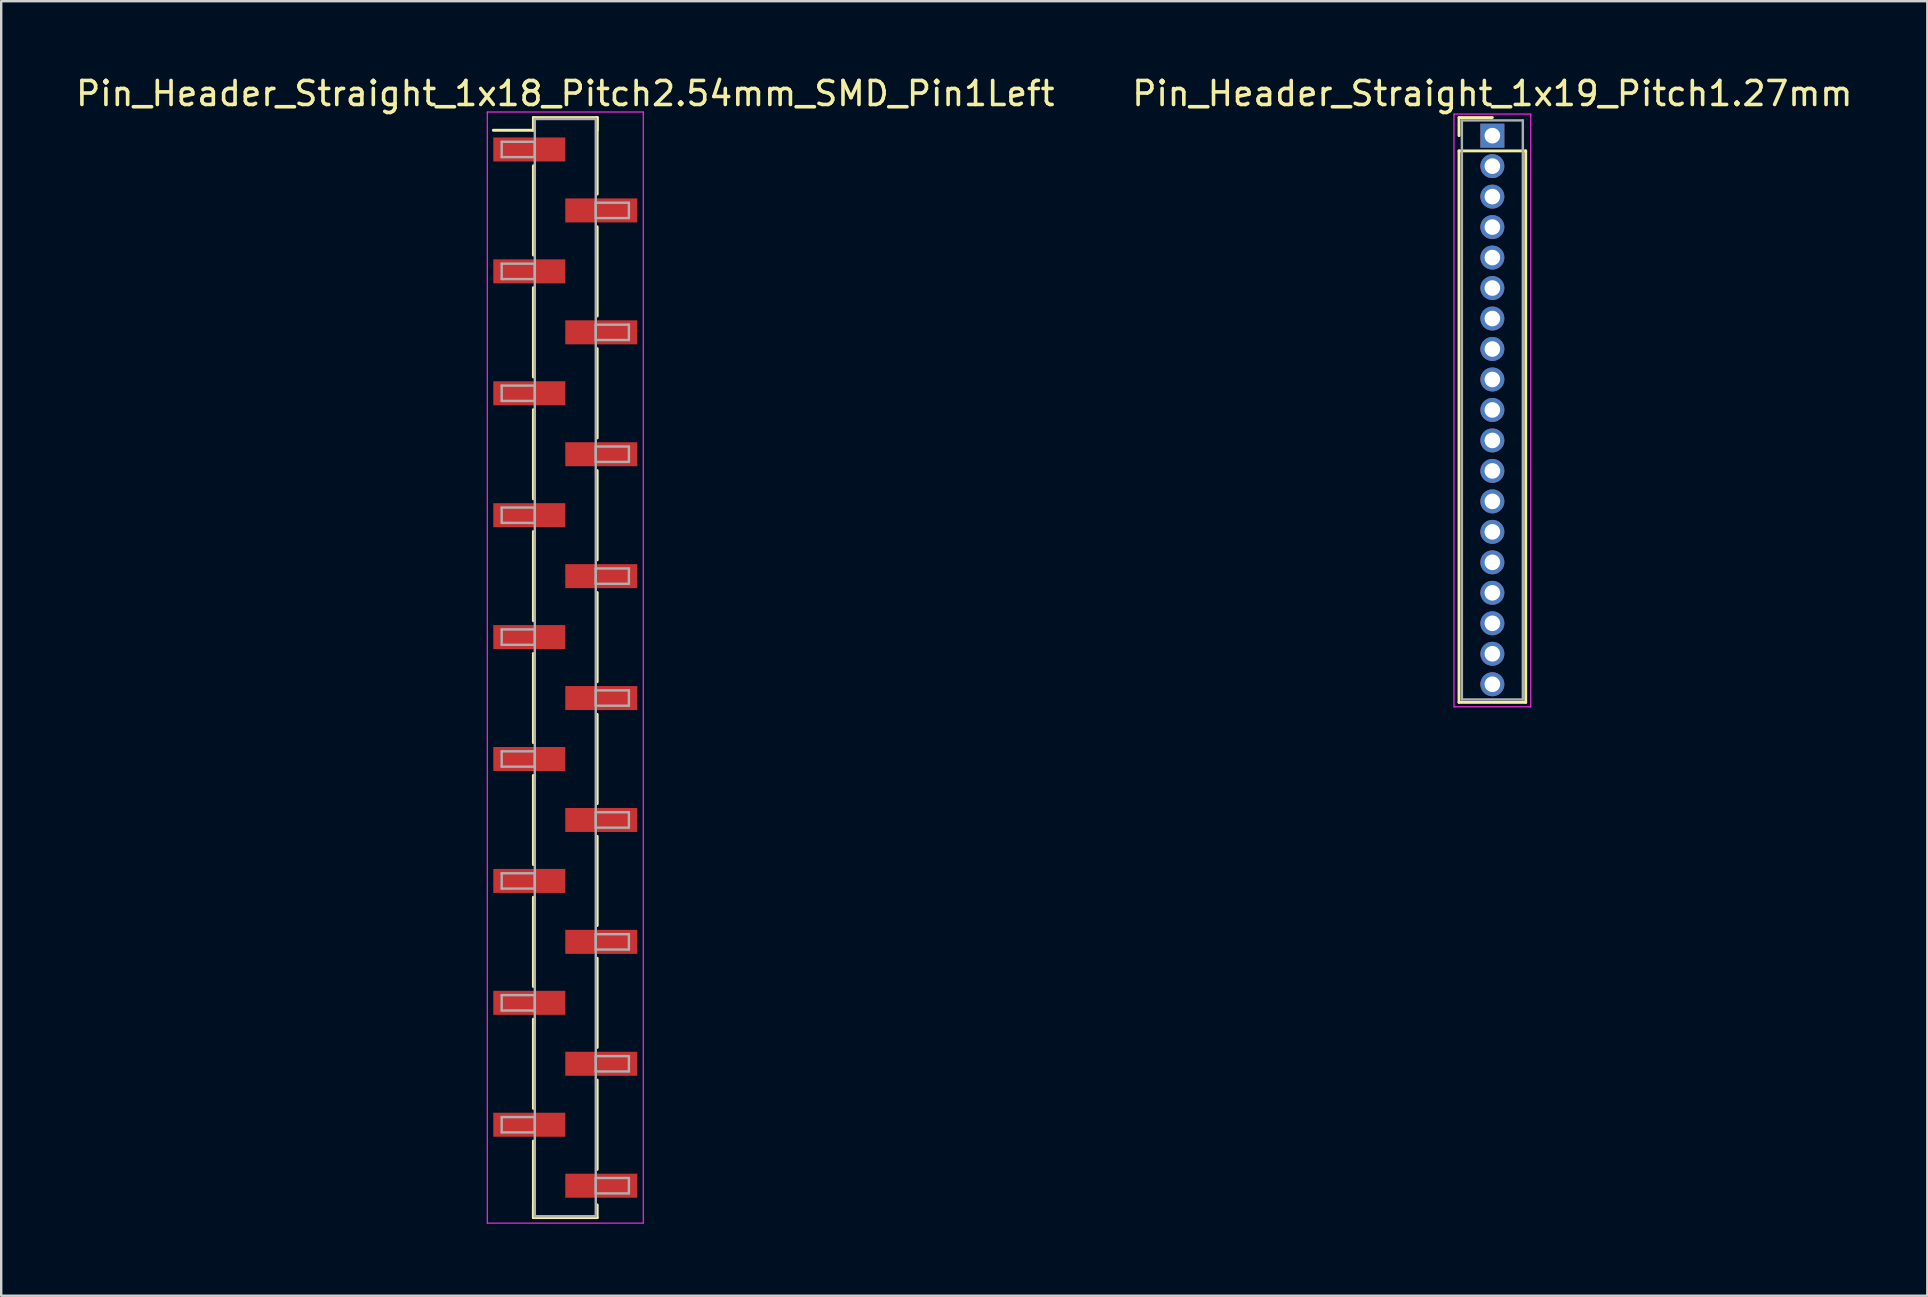
<source format=kicad_pcb>
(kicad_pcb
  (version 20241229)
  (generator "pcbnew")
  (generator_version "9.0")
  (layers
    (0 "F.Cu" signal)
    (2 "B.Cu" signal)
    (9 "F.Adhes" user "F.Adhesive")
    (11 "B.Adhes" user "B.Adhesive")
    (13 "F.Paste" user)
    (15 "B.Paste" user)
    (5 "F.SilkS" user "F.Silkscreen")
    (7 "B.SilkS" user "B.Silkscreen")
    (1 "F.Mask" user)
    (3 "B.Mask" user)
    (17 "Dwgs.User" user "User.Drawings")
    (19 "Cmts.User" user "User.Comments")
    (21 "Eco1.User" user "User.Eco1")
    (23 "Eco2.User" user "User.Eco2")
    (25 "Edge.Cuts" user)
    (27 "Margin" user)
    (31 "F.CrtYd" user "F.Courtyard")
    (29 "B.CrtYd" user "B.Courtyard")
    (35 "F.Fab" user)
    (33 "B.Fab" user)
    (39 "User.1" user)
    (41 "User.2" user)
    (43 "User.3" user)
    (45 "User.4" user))
  (footprint "Pin_Header_Straight_1x19_Pitch1.27mm"
    (layer "F.Cu")
    (at 59.137 2.603)
    (property "Reference" "Pin_Header_Straight_1x19_Pitch1.27mm" (at 0 -1.755 0) (layer "F.SilkS") (effects (font (size 1 1) (thickness 0.15))))
    (attr through_hole)
    (fp_line (start -1.39 -0.755) (end 0 -0.755) (stroke (width 0.12) (type solid)) (layer "F.SilkS"))
    (fp_line (start -1.39 0) (end -1.39 -0.755) (stroke (width 0.12) (type solid)) (layer "F.SilkS"))
    (fp_line (start -1.39 0.635) (end -1.39 23.615) (stroke (width 0.12) (type solid)) (layer "F.SilkS"))
    (fp_line (start -1.39 23.615) (end 1.39 23.615) (stroke (width 0.12) (type solid)) (layer "F.SilkS"))
    (fp_line (start 1.39 0.635) (end -1.39 0.635) (stroke (width 0.12) (type solid)) (layer "F.SilkS"))
    (fp_line (start 1.39 23.615) (end 1.39 0.635) (stroke (width 0.12) (type solid)) (layer "F.SilkS"))
    (fp_line (start -1.6 -0.9) (end -1.6 23.8) (stroke (width 0.05) (type solid)) (layer "F.CrtYd"))
    (fp_line (start -1.6 23.8) (end 1.6 23.8) (stroke (width 0.05) (type solid)) (layer "F.CrtYd"))
    (fp_line (start 1.6 -0.9) (end -1.6 -0.9) (stroke (width 0.05) (type solid)) (layer "F.CrtYd"))
    (fp_line (start 1.6 23.8) (end 1.6 -0.9) (stroke (width 0.05) (type solid)) (layer "F.CrtYd"))
    (fp_line (start -1.27 -0.635) (end -1.27 23.495) (stroke (width 0.1) (type solid)) (layer "F.Fab"))
    (fp_line (start -1.27 23.495) (end 1.27 23.495) (stroke (width 0.1) (type solid)) (layer "F.Fab"))
    (fp_line (start 1.27 -0.635) (end -1.27 -0.635) (stroke (width 0.1) (type solid)) (layer "F.Fab"))
    (fp_line (start 1.27 23.495) (end 1.27 -0.635) (stroke (width 0.1) (type solid)) (layer "F.Fab"))
    (pad "1" thru_hole rect (at 0 0) (size 1 1) (drill 0.65) (layers "*.Cu" "*.Mask"))
    (pad "2" thru_hole oval (at 0 1.27) (size 1 1) (drill 0.65) (layers "*.Cu" "*.Mask"))
    (pad "3" thru_hole oval (at 0 2.54) (size 1 1) (drill 0.65) (layers "*.Cu" "*.Mask"))
    (pad "4" thru_hole oval (at 0 3.81) (size 1 1) (drill 0.65) (layers "*.Cu" "*.Mask"))
    (pad "5" thru_hole oval (at 0 5.08) (size 1 1) (drill 0.65) (layers "*.Cu" "*.Mask"))
    (pad "6" thru_hole oval (at 0 6.35) (size 1 1) (drill 0.65) (layers "*.Cu" "*.Mask"))
    (pad "7" thru_hole oval (at 0 7.62) (size 1 1) (drill 0.65) (layers "*.Cu" "*.Mask"))
    (pad "8" thru_hole oval (at 0 8.89) (size 1 1) (drill 0.65) (layers "*.Cu" "*.Mask"))
    (pad "9" thru_hole oval (at 0 10.16) (size 1 1) (drill 0.65) (layers "*.Cu" "*.Mask"))
    (pad "10" thru_hole oval (at 0 11.43) (size 1 1) (drill 0.65) (layers "*.Cu" "*.Mask"))
    (pad "11" thru_hole oval (at 0 12.7) (size 1 1) (drill 0.65) (layers "*.Cu" "*.Mask"))
    (pad "12" thru_hole oval (at 0 13.97) (size 1 1) (drill 0.65) (layers "*.Cu" "*.Mask"))
    (pad "13" thru_hole oval (at 0 15.24) (size 1 1) (drill 0.65) (layers "*.Cu" "*.Mask"))
    (pad "14" thru_hole oval (at 0 16.51) (size 1 1) (drill 0.65) (layers "*.Cu" "*.Mask"))
    (pad "15" thru_hole oval (at 0 17.78) (size 1 1) (drill 0.65) (layers "*.Cu" "*.Mask"))
    (pad "16" thru_hole oval (at 0 19.05) (size 1 1) (drill 0.65) (layers "*.Cu" "*.Mask"))
    (pad "17" thru_hole oval (at 0 20.32) (size 1 1) (drill 0.65) (layers "*.Cu" "*.Mask"))
    (pad "18" thru_hole oval (at 0 21.59) (size 1 1) (drill 0.65) (layers "*.Cu" "*.Mask"))
    (pad "19" thru_hole oval (at 0 22.86) (size 1 1) (drill 0.65) (layers "*.Cu" "*.Mask")))
  (footprint "Pin_Header_Straight_1x18_Pitch2.54mm_SMD_Pin1Left"
    (layer "F.Cu")
    (at 20.506 24.768)
    (property "Reference" "Pin_Header_Straight_1x18_Pitch2.54mm_SMD_Pin1Left" (at 0 -23.92 0) (layer "F.SilkS") (effects (font (size 1 1) (thickness 0.15))))
    (attr smd)
    (fp_line (start -1.33 -22.92) (end 1.33 -22.92) (stroke (width 0.12) (type solid)) (layer "F.SilkS"))
    (fp_line (start -1.33 -22.39) (end -3 -22.39) (stroke (width 0.12) (type solid)) (layer "F.SilkS"))
    (fp_line (start -1.33 -22.39) (end -1.33 -22.92) (stroke (width 0.12) (type solid)) (layer "F.SilkS"))
    (fp_line (start -1.33 -20.91) (end -1.33 -17.19) (stroke (width 0.12) (type solid)) (layer "F.SilkS"))
    (fp_line (start -1.33 -15.83) (end -1.33 -12.11) (stroke (width 0.12) (type solid)) (layer "F.SilkS"))
    (fp_line (start -1.33 -10.75) (end -1.33 -7.03) (stroke (width 0.12) (type solid)) (layer "F.SilkS"))
    (fp_line (start -1.33 -5.67) (end -1.33 -1.95) (stroke (width 0.12) (type solid)) (layer "F.SilkS"))
    (fp_line (start -1.33 -0.59) (end -1.33 3.13) (stroke (width 0.12) (type solid)) (layer "F.SilkS"))
    (fp_line (start -1.33 4.49) (end -1.33 8.21) (stroke (width 0.12) (type solid)) (layer "F.SilkS"))
    (fp_line (start -1.33 9.57) (end -1.33 13.29) (stroke (width 0.12) (type solid)) (layer "F.SilkS"))
    (fp_line (start -1.33 14.65) (end -1.33 18.37) (stroke (width 0.12) (type solid)) (layer "F.SilkS"))
    (fp_line (start -1.33 19.73) (end -1.33 22.92) (stroke (width 0.12) (type solid)) (layer "F.SilkS"))
    (fp_line (start -1.33 22.39) (end -1.33 22.92) (stroke (width 0.12) (type solid)) (layer "F.SilkS"))
    (fp_line (start -1.33 22.92) (end 1.33 22.92) (stroke (width 0.12) (type solid)) (layer "F.SilkS"))
    (fp_line (start 1.33 -22.92) (end 1.33 -22.39) (stroke (width 0.12) (type solid)) (layer "F.SilkS"))
    (fp_line (start 1.33 -22.92) (end 1.33 -19.73) (stroke (width 0.12) (type solid)) (layer "F.SilkS"))
    (fp_line (start 1.33 -18.37) (end 1.33 -14.65) (stroke (width 0.12) (type solid)) (layer "F.SilkS"))
    (fp_line (start 1.33 -13.29) (end 1.33 -9.57) (stroke (width 0.12) (type solid)) (layer "F.SilkS"))
    (fp_line (start 1.33 -8.21) (end 1.33 -4.49) (stroke (width 0.12) (type solid)) (layer "F.SilkS"))
    (fp_line (start 1.33 -3.13) (end 1.33 0.59) (stroke (width 0.12) (type solid)) (layer "F.SilkS"))
    (fp_line (start 1.33 1.95) (end 1.33 5.67) (stroke (width 0.12) (type solid)) (layer "F.SilkS"))
    (fp_line (start 1.33 7.03) (end 1.33 10.75) (stroke (width 0.12) (type solid)) (layer "F.SilkS"))
    (fp_line (start 1.33 12.11) (end 1.33 15.83) (stroke (width 0.12) (type solid)) (layer "F.SilkS"))
    (fp_line (start 1.33 17.19) (end 1.33 20.91) (stroke (width 0.12) (type solid)) (layer "F.SilkS"))
    (fp_line (start 1.33 22.92) (end 1.33 22.39) (stroke (width 0.12) (type solid)) (layer "F.SilkS"))
    (fp_line (start -3.25 -23.15) (end -3.25 23.15) (stroke (width 0.05) (type solid)) (layer "F.CrtYd"))
    (fp_line (start -3.25 23.15) (end 3.25 23.15) (stroke (width 0.05) (type solid)) (layer "F.CrtYd"))
    (fp_line (start 3.25 -23.15) (end -3.25 -23.15) (stroke (width 0.05) (type solid)) (layer "F.CrtYd"))
    (fp_line (start 3.25 23.15) (end 3.25 -23.15) (stroke (width 0.05) (type solid)) (layer "F.CrtYd"))
    (fp_line (start -2.65 -21.91) (end -1.27 -21.91) (stroke (width 0.1) (type solid)) (layer "F.Fab"))
    (fp_line (start -2.65 -21.27) (end -2.65 -21.91) (stroke (width 0.1) (type solid)) (layer "F.Fab"))
    (fp_line (start -2.65 -16.83) (end -1.27 -16.83) (stroke (width 0.1) (type solid)) (layer "F.Fab"))
    (fp_line (start -2.65 -16.19) (end -2.65 -16.83) (stroke (width 0.1) (type solid)) (layer "F.Fab"))
    (fp_line (start -2.65 -11.75) (end -1.27 -11.75) (stroke (width 0.1) (type solid)) (layer "F.Fab"))
    (fp_line (start -2.65 -11.11) (end -2.65 -11.75) (stroke (width 0.1) (type solid)) (layer "F.Fab"))
    (fp_line (start -2.65 -6.67) (end -1.27 -6.67) (stroke (width 0.1) (type solid)) (layer "F.Fab"))
    (fp_line (start -2.65 -6.03) (end -2.65 -6.67) (stroke (width 0.1) (type solid)) (layer "F.Fab"))
    (fp_line (start -2.65 -1.59) (end -1.27 -1.59) (stroke (width 0.1) (type solid)) (layer "F.Fab"))
    (fp_line (start -2.65 -0.95) (end -2.65 -1.59) (stroke (width 0.1) (type solid)) (layer "F.Fab"))
    (fp_line (start -2.65 3.49) (end -1.27 3.49) (stroke (width 0.1) (type solid)) (layer "F.Fab"))
    (fp_line (start -2.65 4.13) (end -2.65 3.49) (stroke (width 0.1) (type solid)) (layer "F.Fab"))
    (fp_line (start -2.65 8.57) (end -1.27 8.57) (stroke (width 0.1) (type solid)) (layer "F.Fab"))
    (fp_line (start -2.65 9.21) (end -2.65 8.57) (stroke (width 0.1) (type solid)) (layer "F.Fab"))
    (fp_line (start -2.65 13.65) (end -1.27 13.65) (stroke (width 0.1) (type solid)) (layer "F.Fab"))
    (fp_line (start -2.65 14.29) (end -2.65 13.65) (stroke (width 0.1) (type solid)) (layer "F.Fab"))
    (fp_line (start -2.65 18.73) (end -1.27 18.73) (stroke (width 0.1) (type solid)) (layer "F.Fab"))
    (fp_line (start -2.65 19.37) (end -2.65 18.73) (stroke (width 0.1) (type solid)) (layer "F.Fab"))
    (fp_line (start -1.27 -22.86) (end -1.27 22.86) (stroke (width 0.1) (type solid)) (layer "F.Fab"))
    (fp_line (start -1.27 -21.91) (end -1.27 -21.27) (stroke (width 0.1) (type solid)) (layer "F.Fab"))
    (fp_line (start -1.27 -21.27) (end -2.65 -21.27) (stroke (width 0.1) (type solid)) (layer "F.Fab"))
    (fp_line (start -1.27 -16.83) (end -1.27 -16.19) (stroke (width 0.1) (type solid)) (layer "F.Fab"))
    (fp_line (start -1.27 -16.19) (end -2.65 -16.19) (stroke (width 0.1) (type solid)) (layer "F.Fab"))
    (fp_line (start -1.27 -11.75) (end -1.27 -11.11) (stroke (width 0.1) (type solid)) (layer "F.Fab"))
    (fp_line (start -1.27 -11.11) (end -2.65 -11.11) (stroke (width 0.1) (type solid)) (layer "F.Fab"))
    (fp_line (start -1.27 -6.67) (end -1.27 -6.03) (stroke (width 0.1) (type solid)) (layer "F.Fab"))
    (fp_line (start -1.27 -6.03) (end -2.65 -6.03) (stroke (width 0.1) (type solid)) (layer "F.Fab"))
    (fp_line (start -1.27 -1.59) (end -1.27 -0.95) (stroke (width 0.1) (type solid)) (layer "F.Fab"))
    (fp_line (start -1.27 -0.95) (end -2.65 -0.95) (stroke (width 0.1) (type solid)) (layer "F.Fab"))
    (fp_line (start -1.27 3.49) (end -1.27 4.13) (stroke (width 0.1) (type solid)) (layer "F.Fab"))
    (fp_line (start -1.27 4.13) (end -2.65 4.13) (stroke (width 0.1) (type solid)) (layer "F.Fab"))
    (fp_line (start -1.27 8.57) (end -1.27 9.21) (stroke (width 0.1) (type solid)) (layer "F.Fab"))
    (fp_line (start -1.27 9.21) (end -2.65 9.21) (stroke (width 0.1) (type solid)) (layer "F.Fab"))
    (fp_line (start -1.27 13.65) (end -1.27 14.29) (stroke (width 0.1) (type solid)) (layer "F.Fab"))
    (fp_line (start -1.27 14.29) (end -2.65 14.29) (stroke (width 0.1) (type solid)) (layer "F.Fab"))
    (fp_line (start -1.27 18.73) (end -1.27 19.37) (stroke (width 0.1) (type solid)) (layer "F.Fab"))
    (fp_line (start -1.27 19.37) (end -2.65 19.37) (stroke (width 0.1) (type solid)) (layer "F.Fab"))
    (fp_line (start -1.27 22.86) (end 1.27 22.86) (stroke (width 0.1) (type solid)) (layer "F.Fab"))
    (fp_line (start 1.27 -22.86) (end -1.27 -22.86) (stroke (width 0.1) (type solid)) (layer "F.Fab"))
    (fp_line (start 1.27 -19.37) (end 1.27 -18.73) (stroke (width 0.1) (type solid)) (layer "F.Fab"))
    (fp_line (start 1.27 -18.73) (end 2.65 -18.73) (stroke (width 0.1) (type solid)) (layer "F.Fab"))
    (fp_line (start 1.27 -14.29) (end 1.27 -13.65) (stroke (width 0.1) (type solid)) (layer "F.Fab"))
    (fp_line (start 1.27 -13.65) (end 2.65 -13.65) (stroke (width 0.1) (type solid)) (layer "F.Fab"))
    (fp_line (start 1.27 -9.21) (end 1.27 -8.57) (stroke (width 0.1) (type solid)) (layer "F.Fab"))
    (fp_line (start 1.27 -8.57) (end 2.65 -8.57) (stroke (width 0.1) (type solid)) (layer "F.Fab"))
    (fp_line (start 1.27 -4.13) (end 1.27 -3.49) (stroke (width 0.1) (type solid)) (layer "F.Fab"))
    (fp_line (start 1.27 -3.49) (end 2.65 -3.49) (stroke (width 0.1) (type solid)) (layer "F.Fab"))
    (fp_line (start 1.27 0.95) (end 1.27 1.59) (stroke (width 0.1) (type solid)) (layer "F.Fab"))
    (fp_line (start 1.27 1.59) (end 2.65 1.59) (stroke (width 0.1) (type solid)) (layer "F.Fab"))
    (fp_line (start 1.27 6.03) (end 1.27 6.67) (stroke (width 0.1) (type solid)) (layer "F.Fab"))
    (fp_line (start 1.27 6.67) (end 2.65 6.67) (stroke (width 0.1) (type solid)) (layer "F.Fab"))
    (fp_line (start 1.27 11.11) (end 1.27 11.75) (stroke (width 0.1) (type solid)) (layer "F.Fab"))
    (fp_line (start 1.27 11.75) (end 2.65 11.75) (stroke (width 0.1) (type solid)) (layer "F.Fab"))
    (fp_line (start 1.27 16.19) (end 1.27 16.83) (stroke (width 0.1) (type solid)) (layer "F.Fab"))
    (fp_line (start 1.27 16.83) (end 2.65 16.83) (stroke (width 0.1) (type solid)) (layer "F.Fab"))
    (fp_line (start 1.27 21.27) (end 1.27 21.91) (stroke (width 0.1) (type solid)) (layer "F.Fab"))
    (fp_line (start 1.27 21.91) (end 2.65 21.91) (stroke (width 0.1) (type solid)) (layer "F.Fab"))
    (fp_line (start 1.27 22.86) (end 1.27 -22.86) (stroke (width 0.1) (type solid)) (layer "F.Fab"))
    (fp_line (start 2.65 -19.37) (end 1.27 -19.37) (stroke (width 0.1) (type solid)) (layer "F.Fab"))
    (fp_line (start 2.65 -18.73) (end 2.65 -19.37) (stroke (width 0.1) (type solid)) (layer "F.Fab"))
    (fp_line (start 2.65 -14.29) (end 1.27 -14.29) (stroke (width 0.1) (type solid)) (layer "F.Fab"))
    (fp_line (start 2.65 -13.65) (end 2.65 -14.29) (stroke (width 0.1) (type solid)) (layer "F.Fab"))
    (fp_line (start 2.65 -9.21) (end 1.27 -9.21) (stroke (width 0.1) (type solid)) (layer "F.Fab"))
    (fp_line (start 2.65 -8.57) (end 2.65 -9.21) (stroke (width 0.1) (type solid)) (layer "F.Fab"))
    (fp_line (start 2.65 -4.13) (end 1.27 -4.13) (stroke (width 0.1) (type solid)) (layer "F.Fab"))
    (fp_line (start 2.65 -3.49) (end 2.65 -4.13) (stroke (width 0.1) (type solid)) (layer "F.Fab"))
    (fp_line (start 2.65 0.95) (end 1.27 0.95) (stroke (width 0.1) (type solid)) (layer "F.Fab"))
    (fp_line (start 2.65 1.59) (end 2.65 0.95) (stroke (width 0.1) (type solid)) (layer "F.Fab"))
    (fp_line (start 2.65 6.03) (end 1.27 6.03) (stroke (width 0.1) (type solid)) (layer "F.Fab"))
    (fp_line (start 2.65 6.67) (end 2.65 6.03) (stroke (width 0.1) (type solid)) (layer "F.Fab"))
    (fp_line (start 2.65 11.11) (end 1.27 11.11) (stroke (width 0.1) (type solid)) (layer "F.Fab"))
    (fp_line (start 2.65 11.75) (end 2.65 11.11) (stroke (width 0.1) (type solid)) (layer "F.Fab"))
    (fp_line (start 2.65 16.19) (end 1.27 16.19) (stroke (width 0.1) (type solid)) (layer "F.Fab"))
    (fp_line (start 2.65 16.83) (end 2.65 16.19) (stroke (width 0.1) (type solid)) (layer "F.Fab"))
    (fp_line (start 2.65 21.27) (end 1.27 21.27) (stroke (width 0.1) (type solid)) (layer "F.Fab"))
    (fp_line (start 2.65 21.91) (end 2.65 21.27) (stroke (width 0.1) (type solid)) (layer "F.Fab"))
    (pad "1" smd rect (at -1.5 -21.59) (size 3 1) (layers "F.Cu" "F.Mask"))
    (pad "2" smd rect (at 1.5 -19.05) (size 3 1) (layers "F.Cu" "F.Mask"))
    (pad "3" smd rect (at -1.5 -16.51) (size 3 1) (layers "F.Cu" "F.Mask"))
    (pad "4" smd rect (at 1.5 -13.97) (size 3 1) (layers "F.Cu" "F.Mask"))
    (pad "5" smd rect (at -1.5 -11.43) (size 3 1) (layers "F.Cu" "F.Mask"))
    (pad "6" smd rect (at 1.5 -8.89) (size 3 1) (layers "F.Cu" "F.Mask"))
    (pad "7" smd rect (at -1.5 -6.35) (size 3 1) (layers "F.Cu" "F.Mask"))
    (pad "8" smd rect (at 1.5 -3.81) (size 3 1) (layers "F.Cu" "F.Mask"))
    (pad "9" smd rect (at -1.5 -1.27) (size 3 1) (layers "F.Cu" "F.Mask"))
    (pad "10" smd rect (at 1.5 1.27) (size 3 1) (layers "F.Cu" "F.Mask"))
    (pad "11" smd rect (at -1.5 3.81) (size 3 1) (layers "F.Cu" "F.Mask"))
    (pad "12" smd rect (at 1.5 6.35) (size 3 1) (layers "F.Cu" "F.Mask"))
    (pad "13" smd rect (at -1.5 8.89) (size 3 1) (layers "F.Cu" "F.Mask"))
    (pad "14" smd rect (at 1.5 11.43) (size 3 1) (layers "F.Cu" "F.Mask"))
    (pad "15" smd rect (at -1.5 13.97) (size 3 1) (layers "F.Cu" "F.Mask"))
    (pad "16" smd rect (at 1.5 16.51) (size 3 1) (layers "F.Cu" "F.Mask"))
    (pad "17" smd rect (at -1.5 19.05) (size 3 1) (layers "F.Cu" "F.Mask"))
    (pad "18" smd rect (at 1.5 21.59) (size 3 1) (layers "F.Cu" "F.Mask")))
  (gr_rect
    (start -3 -3)
    (end 77.262 50.943)
    (stroke (width 0.1) (type default))
    (fill no)
    (layer "Edge.Cuts")))
</source>
